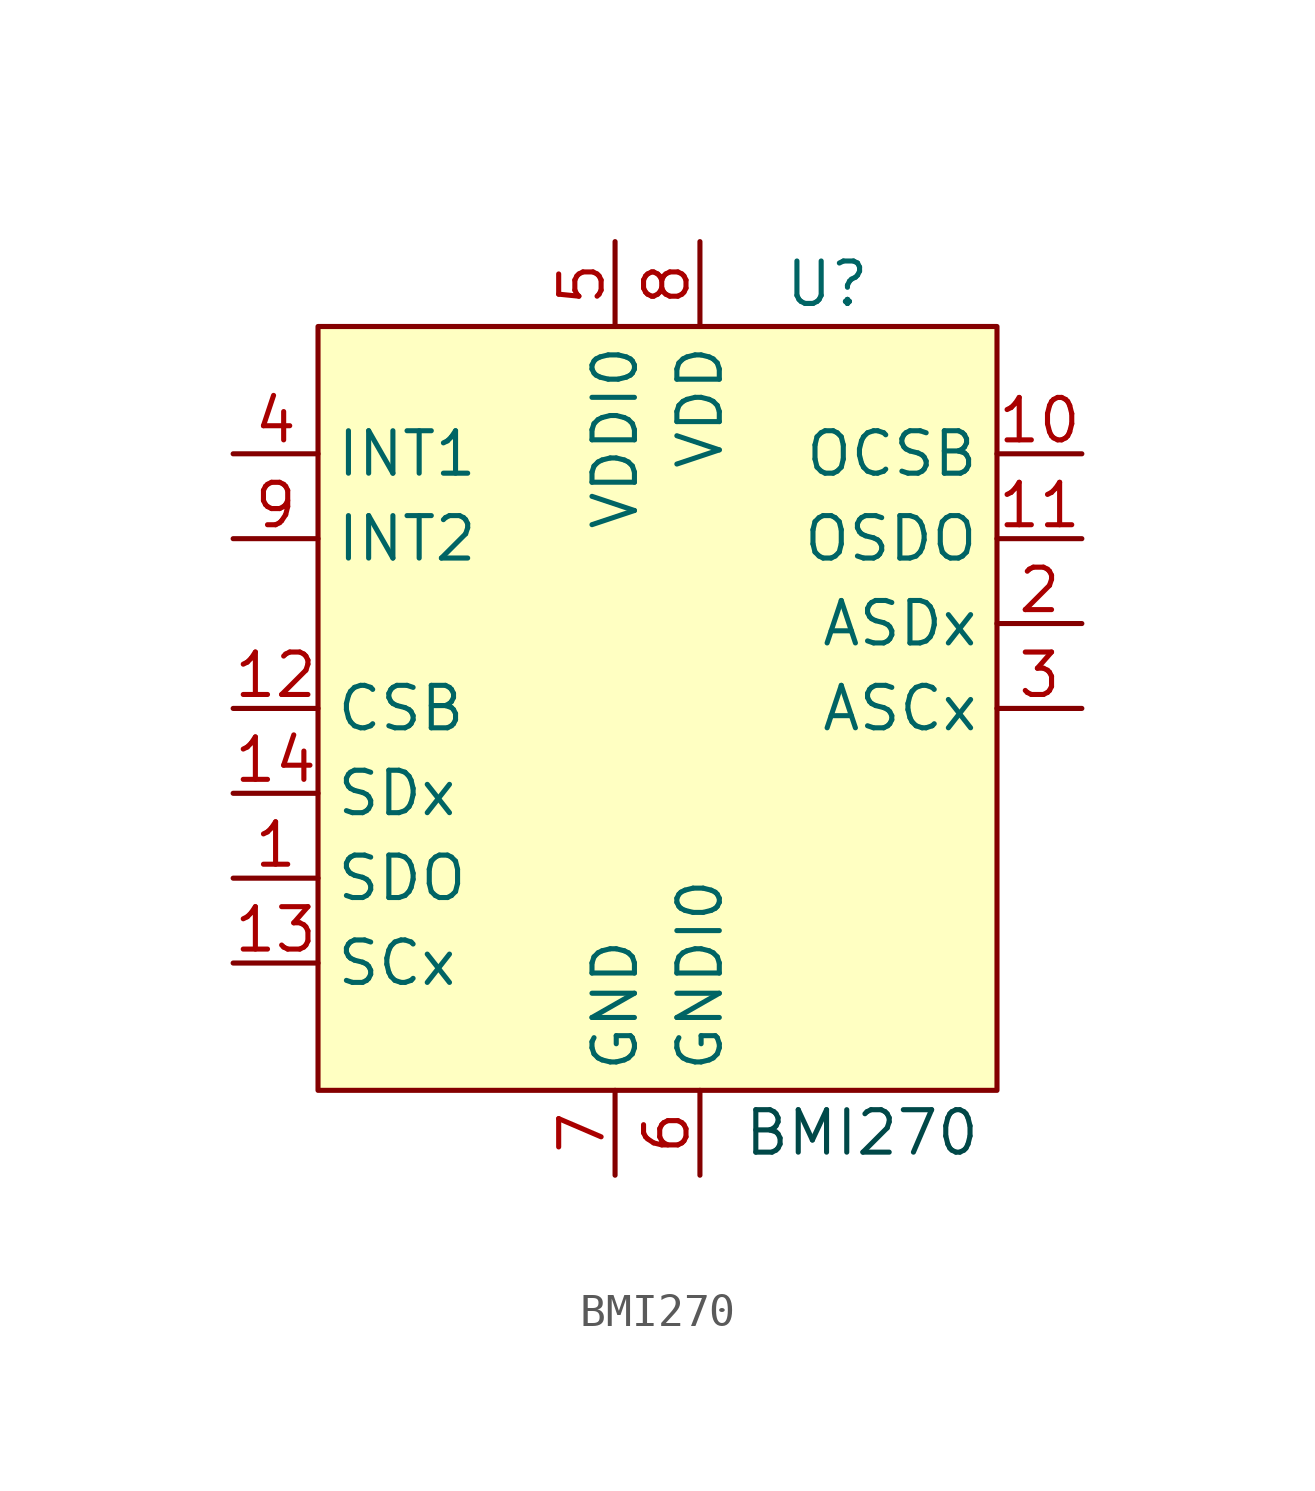
<source format=kicad_sym>
(kicad_symbol_lib
  (version 20220914)
  (generator kicad_symbol_editor)
  (symbol "BMI270"
    (property "Reference" "U"
      (at 5.08 13.97 0)
      (effects (font (size 1.27 1.27))))
    (property "Value" ""
      (at 8.89 1.27 0)
      (effects (font (size 1.27 1.27))))
    (symbol "BMI270_1_1"
      (rectangle (start -10.16 12.7) (end 10.16 -10.16) (stroke (width 0) (type default)) (fill (type background)))
      (text "BMI270" (at 2.54 -11.43 0) (effects (font (size 1.27 1.27) (color 0 72 72 1)) (justify left)))
      (pin bidirectional line (at -12.7 -3.81 0) (length 2.54) (name "SDO" (effects (font (size 1.27 1.27)))) (number "1" (effects (font (size 1.27 1.27)))))
      (pin input line (at 12.7 8.89 180) (length 2.54) (name "OCSB" (effects (font (size 1.27 1.27)))) (number "10" (effects (font (size 1.27 1.27)))))
      (pin output line (at 12.7 6.35 180) (length 2.54) (name "OSDO" (effects (font (size 1.27 1.27)))) (number "11" (effects (font (size 1.27 1.27)))))
      (pin output line (at -12.7 1.27 0) (length 2.54) (name "CSB" (effects (font (size 1.27 1.27)))) (number "12" (effects (font (size 1.27 1.27)))))
      (pin input line (at -12.7 -6.35 0) (length 2.54) (name "SCx" (effects (font (size 1.27 1.27)))) (number "13" (effects (font (size 1.27 1.27)))))
      (pin bidirectional line (at -12.7 -1.27 0) (length 2.54) (name "SDx" (effects (font (size 1.27 1.27)))) (number "14" (effects (font (size 1.27 1.27)))))
      (pin bidirectional line (at 12.7 3.81 180) (length 2.54) (name "ASDx" (effects (font (size 1.27 1.27)))) (number "2" (effects (font (size 1.27 1.27)))))
      (pin bidirectional line (at 12.7 1.27 180) (length 2.54) (name "ASCx" (effects (font (size 1.27 1.27)))) (number "3" (effects (font (size 1.27 1.27)))))
      (pin bidirectional line (at -12.7 8.89 0) (length 2.54) (name "INT1" (effects (font (size 1.27 1.27)))) (number "4" (effects (font (size 1.27 1.27)))))
      (pin power_in line (at -1.27 15.24 270) (length 2.54) (name "VDDI0" (effects (font (size 1.27 1.27)))) (number "5" (effects (font (size 1.27 1.27)))))
      (pin power_in line (at 1.27 -12.7 90) (length 2.54) (name "GNDI0" (effects (font (size 1.27 1.27)))) (number "6" (effects (font (size 1.27 1.27)))))
      (pin power_in line (at -1.27 -12.7 90) (length 2.54) (name "GND" (effects (font (size 1.27 1.27)))) (number "7" (effects (font (size 1.27 1.27)))))
      (pin power_in line (at 1.27 15.24 270) (length 2.54) (name "VDD" (effects (font (size 1.27 1.27)))) (number "8" (effects (font (size 1.27 1.27)))))
      (pin bidirectional line (at -12.7 6.35 0) (length 2.54) (name "INT2" (effects (font (size 1.27 1.27)))) (number "9" (effects (font (size 1.27 1.27))))))))
</source>
